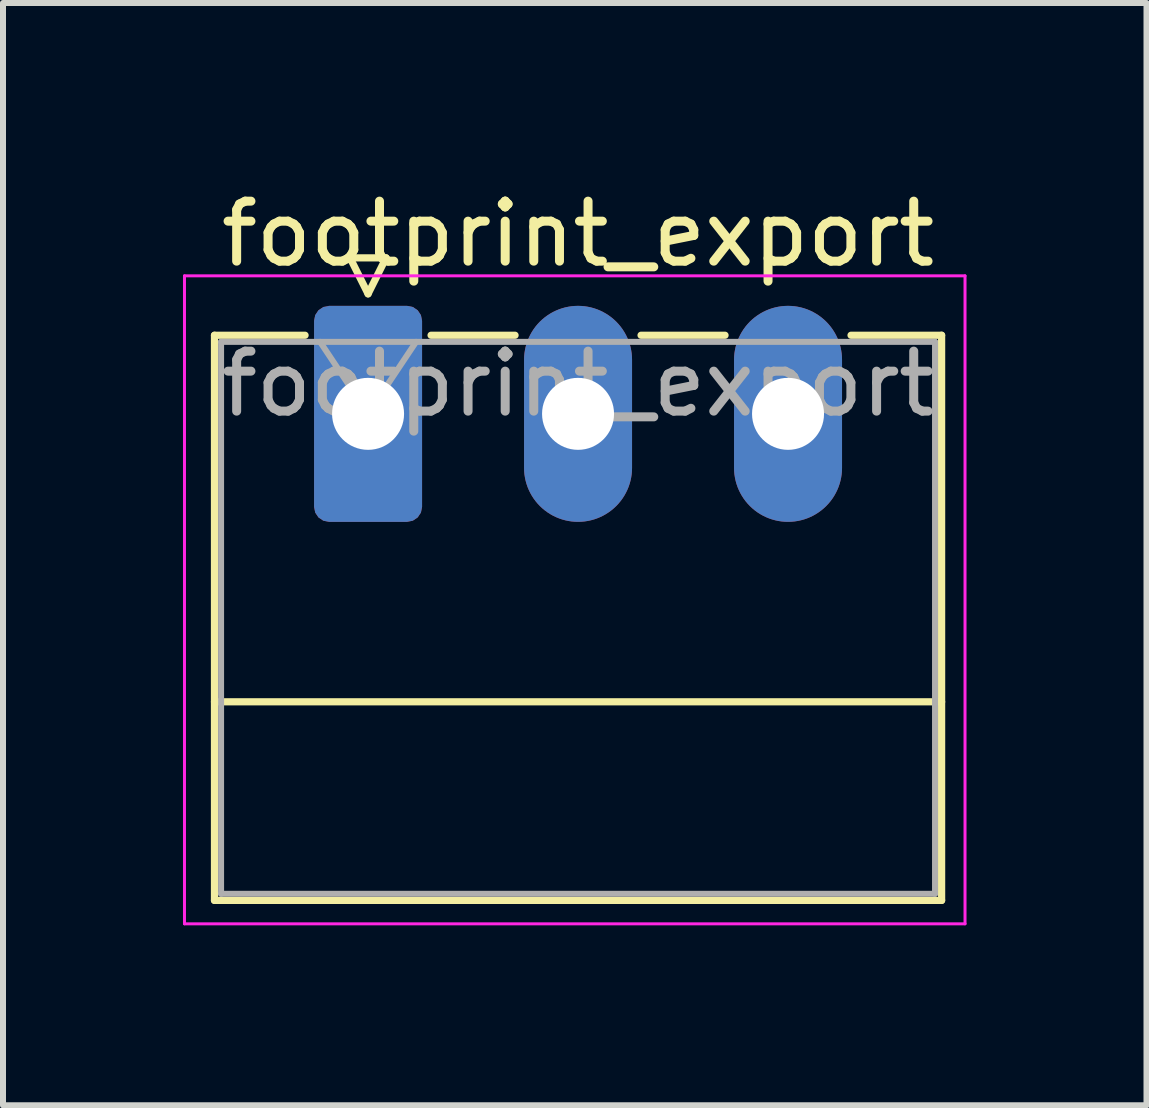
<source format=kicad_pcb>
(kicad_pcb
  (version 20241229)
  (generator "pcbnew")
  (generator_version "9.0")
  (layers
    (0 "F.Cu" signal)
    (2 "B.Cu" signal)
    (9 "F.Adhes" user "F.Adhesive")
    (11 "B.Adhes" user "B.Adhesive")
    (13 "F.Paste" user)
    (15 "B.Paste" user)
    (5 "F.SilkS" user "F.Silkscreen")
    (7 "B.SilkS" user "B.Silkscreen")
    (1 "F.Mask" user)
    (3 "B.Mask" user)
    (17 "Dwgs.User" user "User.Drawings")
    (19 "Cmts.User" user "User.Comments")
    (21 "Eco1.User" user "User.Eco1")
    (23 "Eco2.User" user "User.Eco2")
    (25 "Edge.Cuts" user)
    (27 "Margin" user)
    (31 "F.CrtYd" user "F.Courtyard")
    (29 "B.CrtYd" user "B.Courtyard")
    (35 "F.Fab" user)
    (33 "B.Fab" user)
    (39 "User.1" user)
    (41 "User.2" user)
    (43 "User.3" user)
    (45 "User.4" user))
  (footprint "footprint_export"
    (layer "F.Cu")
    (at 3.085 3.848)
    (property "Reference" "footprint_export" (at 3.5 -3 0) (layer "F.SilkS") (effects (font (size 1 1) (thickness 0.15))))
    (attr through_hole)
    (fp_line (start -2.56 -1.31) (end -2.56 8.11) (stroke (width 0.12) (type solid)) (layer "F.SilkS"))
    (fp_line (start -2.56 -1.31) (end -1.05 -1.31) (stroke (width 0.12) (type solid)) (layer "F.SilkS"))
    (fp_line (start -2.56 4.8) (end 9.56 4.8) (stroke (width 0.12) (type solid)) (layer "F.SilkS"))
    (fp_line (start -2.56 8.11) (end 9.56 8.11) (stroke (width 0.12) (type solid)) (layer "F.SilkS"))
    (fp_line (start -0.3 -2.6) (end 0.3 -2.6) (stroke (width 0.12) (type solid)) (layer "F.SilkS"))
    (fp_line (start 0 -2) (end -0.3 -2.6) (stroke (width 0.12) (type solid)) (layer "F.SilkS"))
    (fp_line (start 0.3 -2.6) (end 0 -2) (stroke (width 0.12) (type solid)) (layer "F.SilkS"))
    (fp_line (start 1.05 -1.31) (end 2.45 -1.31) (stroke (width 0.12) (type solid)) (layer "F.SilkS"))
    (fp_line (start 4.55 -1.31) (end 5.95 -1.31) (stroke (width 0.12) (type solid)) (layer "F.SilkS"))
    (fp_line (start 9.56 -1.31) (end 8.05 -1.31) (stroke (width 0.12) (type solid)) (layer "F.SilkS"))
    (fp_line (start 9.56 8.11) (end 9.56 -1.31) (stroke (width 0.12) (type solid)) (layer "F.SilkS"))
    (fp_line (start -3.06 -2.3) (end -3.06 8.5) (stroke (width 0.05) (type solid)) (layer "F.CrtYd"))
    (fp_line (start -3.06 8.5) (end 9.95 8.5) (stroke (width 0.05) (type solid)) (layer "F.CrtYd"))
    (fp_line (start 9.95 -2.3) (end -3.06 -2.3) (stroke (width 0.05) (type solid)) (layer "F.CrtYd"))
    (fp_line (start 9.95 8.5) (end 9.95 -2.3) (stroke (width 0.05) (type solid)) (layer "F.CrtYd"))
    (fp_line (start -2.45 -1.2) (end -2.45 8) (stroke (width 0.1) (type solid)) (layer "F.Fab"))
    (fp_line (start -2.45 8) (end 9.45 8) (stroke (width 0.1) (type solid)) (layer "F.Fab"))
    (fp_line (start 0 0) (end -0.8 -1.2) (stroke (width 0.1) (type solid)) (layer "F.Fab"))
    (fp_line (start 0.8 -1.2) (end 0 0) (stroke (width 0.1) (type solid)) (layer "F.Fab"))
    (fp_line (start 9.45 -1.2) (end -2.45 -1.2) (stroke (width 0.1) (type solid)) (layer "F.Fab"))
    (fp_line (start 9.45 8) (end 9.45 -1.2) (stroke (width 0.1) (type solid)) (layer "F.Fab"))
    (fp_text user "${REFERENCE}" (at 3.5 -0.5 0) (layer "F.Fab") (effects (font (size 1 1) (thickness 0.15))))
    (pad "1" thru_hole roundrect (at 0 0) (size 1.8 3.6) (drill 1.2) (layers "*.Cu" "*.Mask") (roundrect_rratio 0.139))
    (pad "2" thru_hole oval (at 3.5 0) (size 1.8 3.6) (drill 1.2) (layers "*.Cu" "*.Mask"))
    (pad "3" thru_hole oval (at 7 0) (size 1.8 3.6) (drill 1.2) (layers "*.Cu" "*.Mask")))
  (gr_rect
    (start -3 -3)
    (end 16.06 15.373)
    (stroke (width 0.1) (type default))
    (fill no)
    (layer "Edge.Cuts")))
</source>
